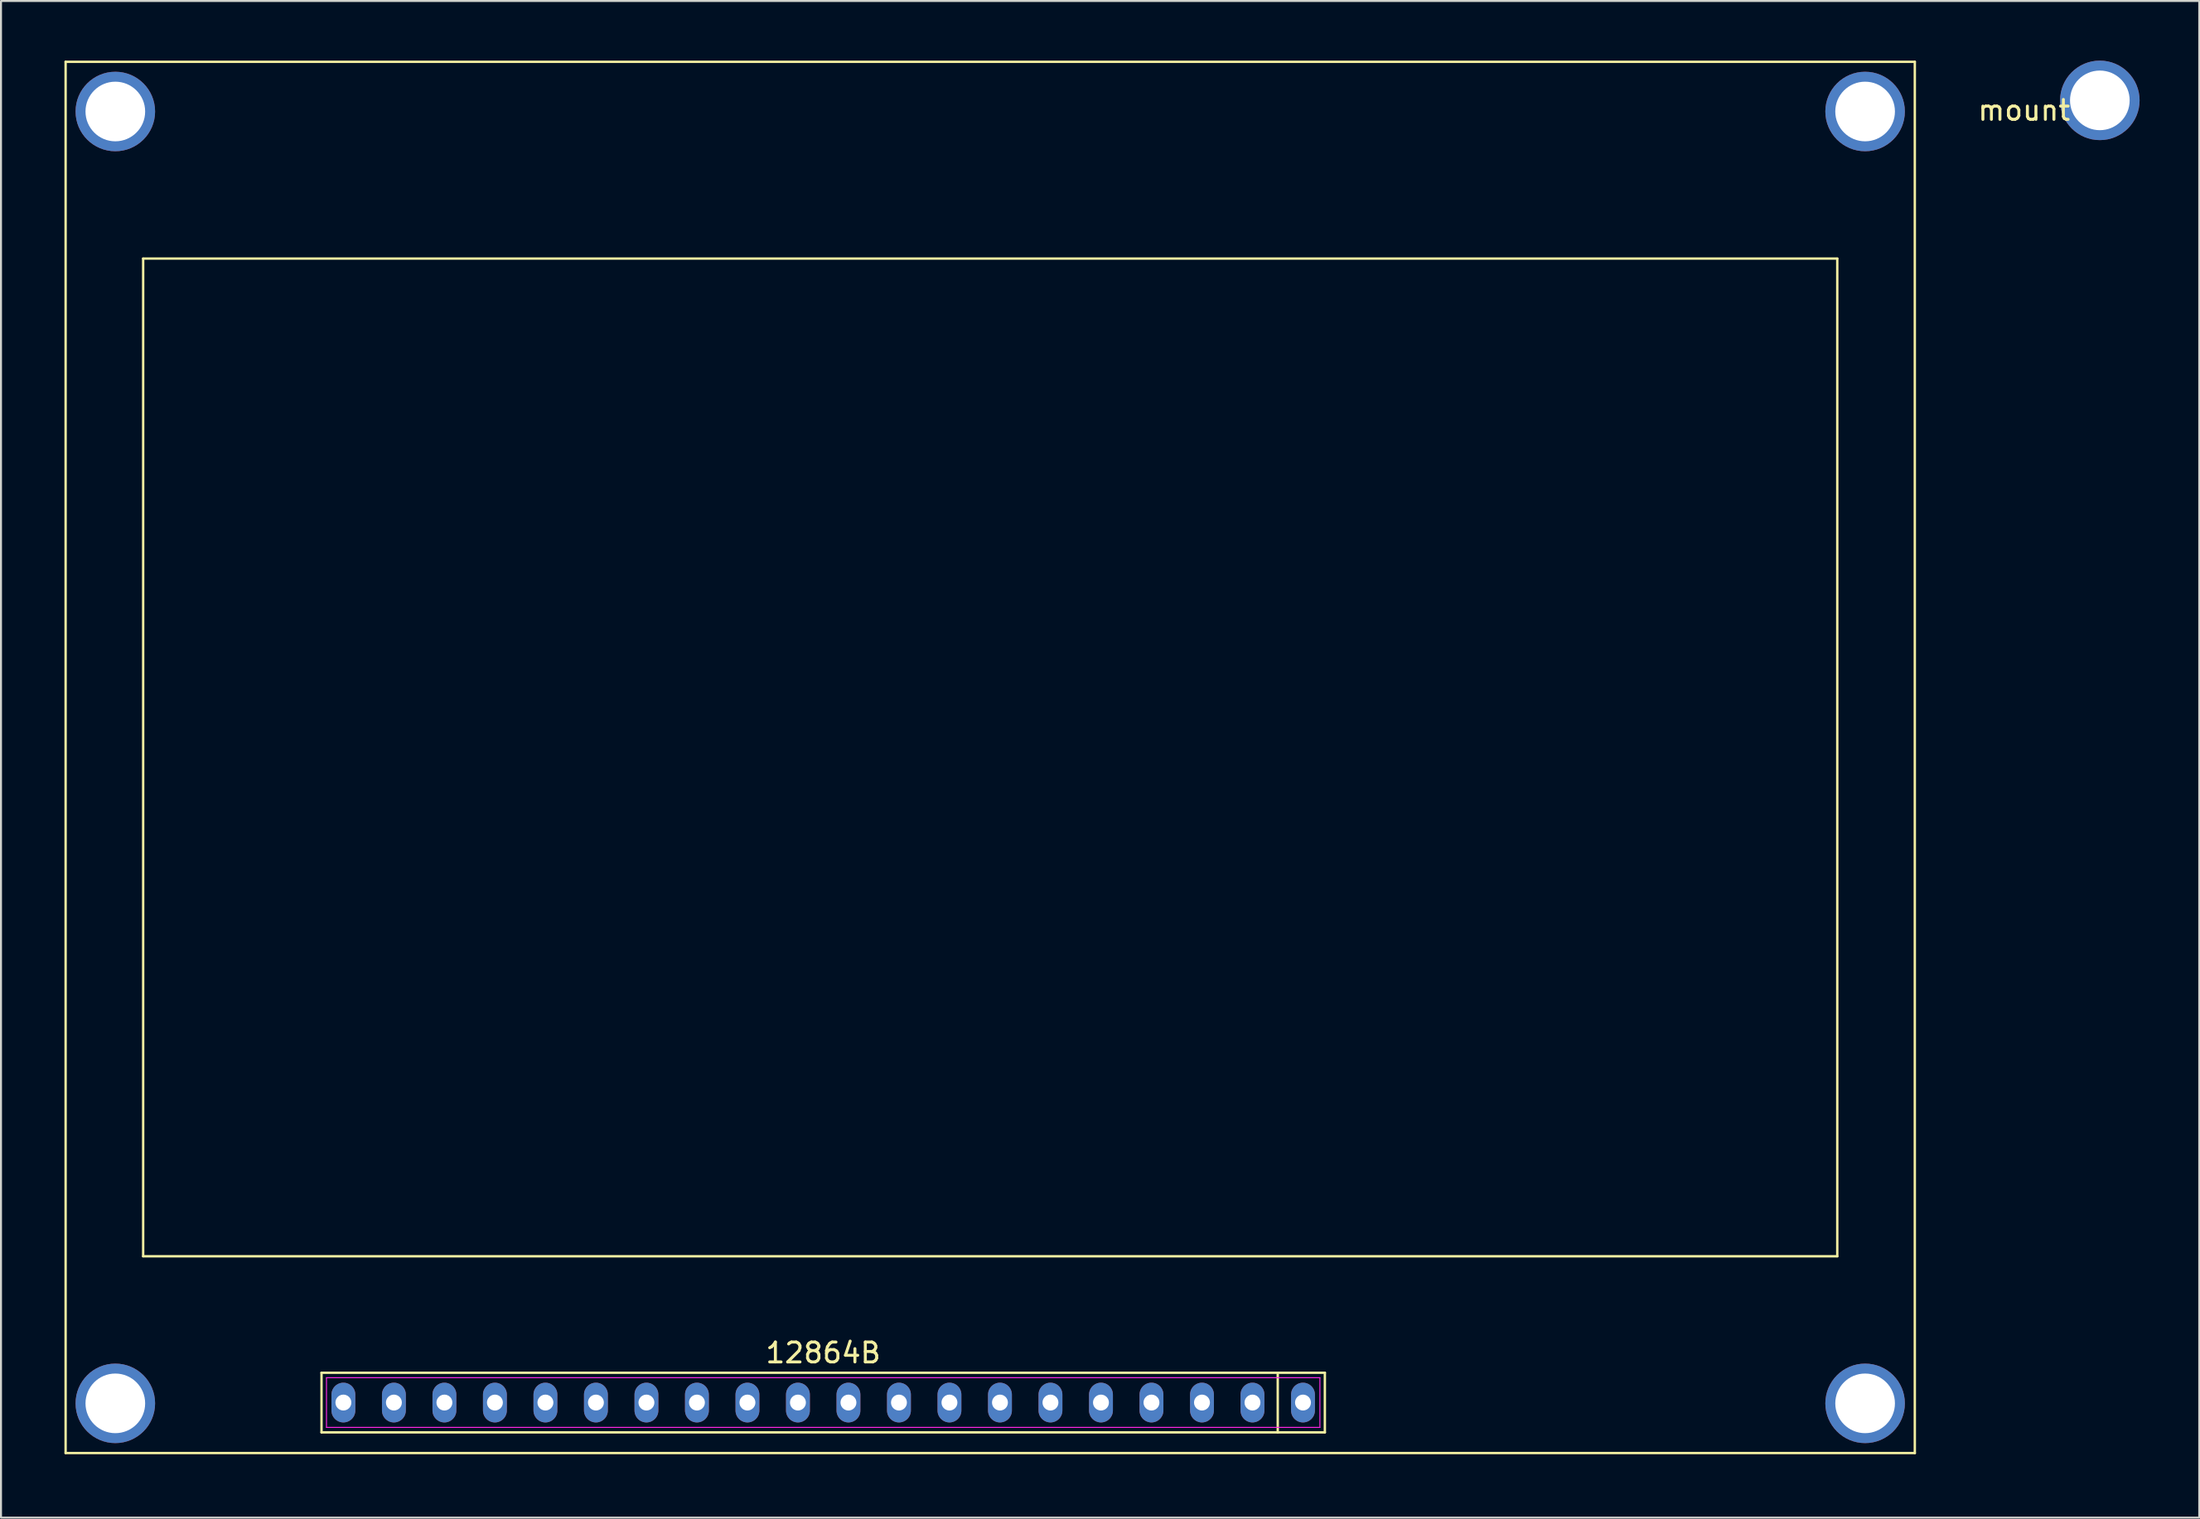
<source format=kicad_pcb>
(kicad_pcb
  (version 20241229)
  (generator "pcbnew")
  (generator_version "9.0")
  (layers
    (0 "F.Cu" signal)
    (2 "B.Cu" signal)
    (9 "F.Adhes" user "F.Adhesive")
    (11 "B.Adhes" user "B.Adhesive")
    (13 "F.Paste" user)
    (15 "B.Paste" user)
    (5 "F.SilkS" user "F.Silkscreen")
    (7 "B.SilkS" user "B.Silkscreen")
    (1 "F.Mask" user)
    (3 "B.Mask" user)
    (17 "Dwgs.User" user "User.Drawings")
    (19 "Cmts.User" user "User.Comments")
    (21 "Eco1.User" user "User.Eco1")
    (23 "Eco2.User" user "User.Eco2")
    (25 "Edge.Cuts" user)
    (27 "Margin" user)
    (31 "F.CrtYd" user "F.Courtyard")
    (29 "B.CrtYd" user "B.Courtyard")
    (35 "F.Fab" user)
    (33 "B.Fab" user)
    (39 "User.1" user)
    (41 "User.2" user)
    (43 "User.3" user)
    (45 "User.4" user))
  (footprint "mount"
    (layer "F.Cu")
    (at 98.745 2)
    (property "Reference" "mount" (at 0 0.5 0) (layer "F.SilkS") (effects (font (size 1 1) (thickness 0.15))))
    (attr through_hole)
    (pad "1" thru_hole circle (at 3.81 0) (size 4 4) (drill 3) (layers "*.Cu" "*.Mask")))
  (footprint "12864B"
    (layer "F.Cu")
    (at 0.25 70.06)
    (property "Reference" "12864B" (at 38.1 -5.04 180) (layer "F.SilkS") (effects (font (size 1 1) (thickness 0.15))))
    (attr through_hole)
    (fp_line (start 0 -70) (end 0 0) (stroke (width 0.12) (type solid)) (layer "F.SilkS"))
    (fp_line (start 0 0) (end 93 0) (stroke (width 0.12) (type solid)) (layer "F.SilkS"))
    (fp_line (start 3.9 -60.1) (end 89.1 -60.1) (stroke (width 0.12) (type solid)) (layer "F.SilkS"))
    (fp_line (start 3.9 -9.9) (end 3.9 -60.1) (stroke (width 0.12) (type solid)) (layer "F.SilkS"))
    (fp_line (start 3.9 -9.9) (end 89.1 -9.9) (stroke (width 0.12) (type solid)) (layer "F.SilkS"))
    (fp_line (start 12.87 -4.04) (end 63.33 -4.04) (stroke (width 0.12) (type solid)) (layer "F.SilkS"))
    (fp_line (start 12.87 -1.04) (end 12.87 -4.04) (stroke (width 0.12) (type solid)) (layer "F.SilkS"))
    (fp_line (start 60.96 -1.04) (end 60.96 -4.04) (stroke (width 0.12) (type solid)) (layer "F.SilkS"))
    (fp_line (start 63.33 -4.04) (end 63.33 -1.04) (stroke (width 0.12) (type solid)) (layer "F.SilkS"))
    (fp_line (start 63.33 -1.04) (end 12.87 -1.04) (stroke (width 0.12) (type solid)) (layer "F.SilkS"))
    (fp_line (start 89.1 -60.1) (end 89.1 -9.9) (stroke (width 0.12) (type solid)) (layer "F.SilkS"))
    (fp_line (start 93 -70) (end 0 -70) (stroke (width 0.12) (type solid)) (layer "F.SilkS"))
    (fp_line (start 93 0) (end 93 -70) (stroke (width 0.12) (type solid)) (layer "F.SilkS"))
    (fp_line (start 13.12 -3.79) (end 63.08 -3.79) (stroke (width 0.05) (type solid)) (layer "F.CrtYd"))
    (fp_line (start 13.12 -1.29) (end 13.12 -3.79) (stroke (width 0.05) (type solid)) (layer "F.CrtYd"))
    (fp_line (start 63.08 -3.79) (end 63.08 -1.29) (stroke (width 0.05) (type solid)) (layer "F.CrtYd"))
    (fp_line (start 63.08 -1.29) (end 13.12 -1.29) (stroke (width 0.05) (type solid)) (layer "F.CrtYd"))
    (pad "1" thru_hole oval (at 62.23 -2.54 180) (size 1.2 2) (drill 0.8) (layers "*.Cu" "*.Mask"))
    (pad "2" thru_hole oval (at 59.69 -2.54 180) (size 1.2 2) (drill 0.8) (layers "*.Cu" "*.Mask"))
    (pad "3" thru_hole oval (at 57.15 -2.54 180) (size 1.2 2) (drill 0.8) (layers "*.Cu" "*.Mask"))
    (pad "4" thru_hole oval (at 54.61 -2.54 180) (size 1.2 2) (drill 0.8) (layers "*.Cu" "*.Mask"))
    (pad "5" thru_hole oval (at 52.07 -2.54 180) (size 1.2 2) (drill 0.8) (layers "*.Cu" "*.Mask"))
    (pad "6" thru_hole oval (at 49.53 -2.54 180) (size 1.2 2) (drill 0.8) (layers "*.Cu" "*.Mask"))
    (pad "7" thru_hole oval (at 46.99 -2.54 180) (size 1.2 2) (drill 0.8) (layers "*.Cu" "*.Mask"))
    (pad "8" thru_hole oval (at 44.45 -2.54 180) (size 1.2 2) (drill 0.8) (layers "*.Cu" "*.Mask"))
    (pad "9" thru_hole oval (at 41.91 -2.54 180) (size 1.2 2) (drill 0.8) (layers "*.Cu" "*.Mask"))
    (pad "10" thru_hole oval (at 39.37 -2.54 180) (size 1.2 2) (drill 0.8) (layers "*.Cu" "*.Mask"))
    (pad "11" thru_hole oval (at 36.83 -2.54 180) (size 1.2 2) (drill 0.8) (layers "*.Cu" "*.Mask"))
    (pad "12" thru_hole oval (at 34.29 -2.54 180) (size 1.2 2) (drill 0.8) (layers "*.Cu" "*.Mask"))
    (pad "13" thru_hole oval (at 31.75 -2.54 180) (size 1.2 2) (drill 0.8) (layers "*.Cu" "*.Mask"))
    (pad "14" thru_hole oval (at 29.21 -2.54 180) (size 1.2 2) (drill 0.8) (layers "*.Cu" "*.Mask"))
    (pad "15" thru_hole oval (at 26.67 -2.54 180) (size 1.2 2) (drill 0.8) (layers "*.Cu" "*.Mask"))
    (pad "16" thru_hole oval (at 24.13 -2.54 180) (size 1.2 2) (drill 0.8) (layers "*.Cu" "*.Mask"))
    (pad "17" thru_hole oval (at 21.59 -2.54 180) (size 1.2 2) (drill 0.8) (layers "*.Cu" "*.Mask"))
    (pad "18" thru_hole oval (at 19.05 -2.54 180) (size 1.2 2) (drill 0.8) (layers "*.Cu" "*.Mask"))
    (pad "19" thru_hole oval (at 16.51 -2.54 180) (size 1.2 2) (drill 0.8) (layers "*.Cu" "*.Mask"))
    (pad "20" thru_hole oval (at 13.97 -2.54 180) (size 1.2 2) (drill 0.8) (layers "*.Cu" "*.Mask"))
    (pad "21" thru_hole circle (at 2.5 -67.5) (size 4 4) (drill 3) (layers "*.Cu" "*.Mask"))
    (pad "21" thru_hole circle (at 2.5 -2.5) (size 4 4) (drill 3) (layers "*.Cu" "*.Mask"))
    (pad "21" thru_hole circle (at 90.5 -67.5) (size 4 4) (drill 3) (layers "*.Cu" "*.Mask"))
    (pad "21" thru_hole circle (at 90.5 -2.5) (size 4 4) (drill 3) (layers "*.Cu" "*.Mask")))
  (gr_rect
    (start -3 -3)
    (end 107.555 73.31)
    (stroke (width 0.1) (type default))
    (fill no)
    (layer "Edge.Cuts")))
</source>
